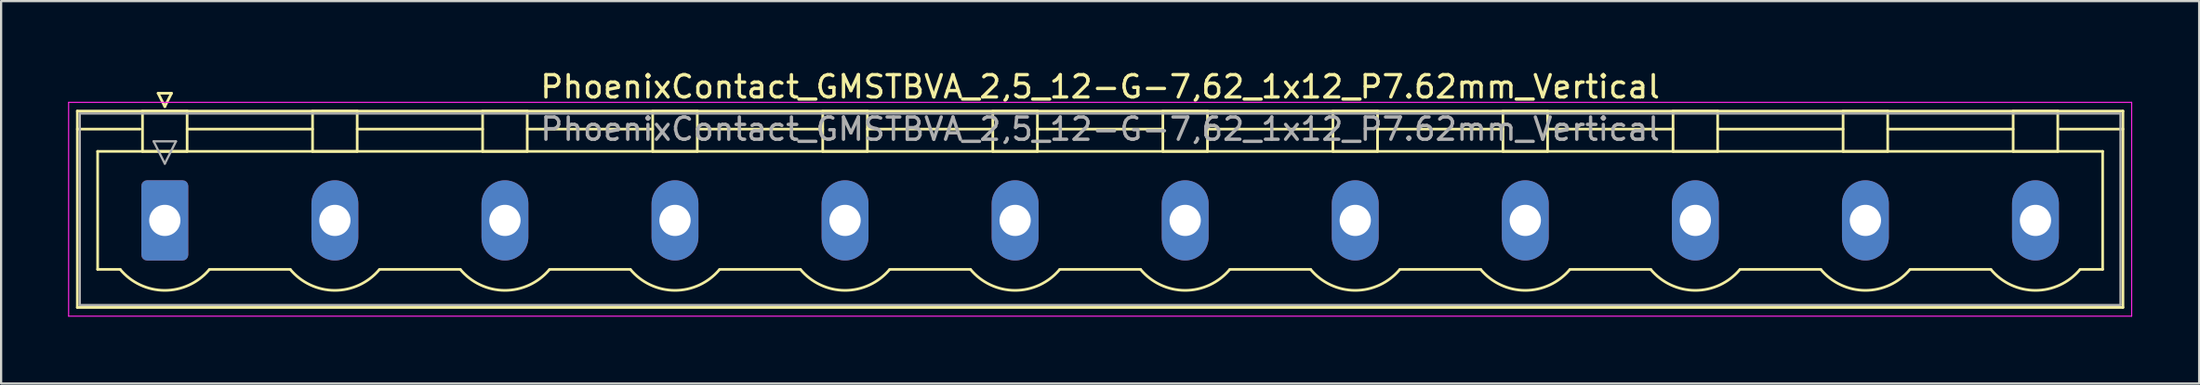
<source format=kicad_pcb>
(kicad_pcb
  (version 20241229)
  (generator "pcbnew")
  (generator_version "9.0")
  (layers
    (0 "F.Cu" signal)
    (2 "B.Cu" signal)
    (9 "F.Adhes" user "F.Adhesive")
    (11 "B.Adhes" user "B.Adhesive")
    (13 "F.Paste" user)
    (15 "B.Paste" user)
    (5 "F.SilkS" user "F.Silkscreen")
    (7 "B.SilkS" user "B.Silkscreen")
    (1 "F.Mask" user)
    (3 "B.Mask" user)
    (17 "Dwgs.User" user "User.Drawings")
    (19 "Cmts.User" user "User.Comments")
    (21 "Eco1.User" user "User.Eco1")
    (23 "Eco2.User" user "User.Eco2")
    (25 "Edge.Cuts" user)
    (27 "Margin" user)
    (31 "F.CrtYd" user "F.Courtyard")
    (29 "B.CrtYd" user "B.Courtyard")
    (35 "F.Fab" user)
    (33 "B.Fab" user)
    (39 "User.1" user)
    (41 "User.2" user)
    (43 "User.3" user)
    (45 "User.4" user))
  (footprint "PhoenixContact_GMSTBVA_2,5_12-G-7,62_1x12_P7.62mm_Vertical"
    (layer "F.Cu")
    (at 4.335 6.848)
    (property "Reference" "PhoenixContact_GMSTBVA_2,5_12-G-7,62_1x12_P7.62mm_Vertical" (at 41.91 -6 0) (layer "F.SilkS") (effects (font (size 1 1) (thickness 0.15))))
    (attr through_hole)
    (fp_line (start -3.92 -4.91) (end -3.92 3.91) (stroke (width 0.12) (type solid)) (layer "F.SilkS"))
    (fp_line (start -3.92 -4.1) (end -1.11 -4.1) (stroke (width 0.12) (type solid)) (layer "F.SilkS"))
    (fp_line (start -3.92 3.91) (end 87.74 3.91) (stroke (width 0.12) (type solid)) (layer "F.SilkS"))
    (fp_line (start -3.01 -3.1) (end 86.83 -3.1) (stroke (width 0.12) (type solid)) (layer "F.SilkS"))
    (fp_line (start -3.01 2.2) (end -3.01 -3.1) (stroke (width 0.12) (type solid)) (layer "F.SilkS"))
    (fp_line (start -2 2.2) (end -3.01 2.2) (stroke (width 0.12) (type solid)) (layer "F.SilkS"))
    (fp_line (start -1 -4.91) (end 1 -4.91) (stroke (width 0.12) (type solid)) (layer "F.SilkS"))
    (fp_line (start -1 -3.1) (end -1 -4.91) (stroke (width 0.12) (type solid)) (layer "F.SilkS"))
    (fp_line (start -0.3 -5.71) (end 0.3 -5.71) (stroke (width 0.12) (type solid)) (layer "F.SilkS"))
    (fp_line (start 0 -5.11) (end -0.3 -5.71) (stroke (width 0.12) (type solid)) (layer "F.SilkS"))
    (fp_line (start 0.3 -5.71) (end 0 -5.11) (stroke (width 0.12) (type solid)) (layer "F.SilkS"))
    (fp_line (start 1 -4.91) (end 1 -3.1) (stroke (width 0.12) (type solid)) (layer "F.SilkS"))
    (fp_line (start 1 -4.1) (end 6.62 -4.1) (stroke (width 0.12) (type solid)) (layer "F.SilkS"))
    (fp_line (start 1 -3.1) (end -1 -3.1) (stroke (width 0.12) (type solid)) (layer "F.SilkS"))
    (fp_line (start 2 2.2) (end 5.62 2.2) (stroke (width 0.12) (type solid)) (layer "F.SilkS"))
    (fp_line (start 6.62 -4.91) (end 8.62 -4.91) (stroke (width 0.12) (type solid)) (layer "F.SilkS"))
    (fp_line (start 6.62 -3.1) (end 6.62 -4.91) (stroke (width 0.12) (type solid)) (layer "F.SilkS"))
    (fp_line (start 8.62 -4.91) (end 8.62 -3.1) (stroke (width 0.12) (type solid)) (layer "F.SilkS"))
    (fp_line (start 8.62 -4.1) (end 14.24 -4.1) (stroke (width 0.12) (type solid)) (layer "F.SilkS"))
    (fp_line (start 8.62 -3.1) (end 6.62 -3.1) (stroke (width 0.12) (type solid)) (layer "F.SilkS"))
    (fp_line (start 9.62 2.2) (end 13.24 2.2) (stroke (width 0.12) (type solid)) (layer "F.SilkS"))
    (fp_line (start 14.24 -4.91) (end 16.24 -4.91) (stroke (width 0.12) (type solid)) (layer "F.SilkS"))
    (fp_line (start 14.24 -3.1) (end 14.24 -4.91) (stroke (width 0.12) (type solid)) (layer "F.SilkS"))
    (fp_line (start 16.24 -4.91) (end 16.24 -3.1) (stroke (width 0.12) (type solid)) (layer "F.SilkS"))
    (fp_line (start 16.24 -4.1) (end 21.86 -4.1) (stroke (width 0.12) (type solid)) (layer "F.SilkS"))
    (fp_line (start 16.24 -3.1) (end 14.24 -3.1) (stroke (width 0.12) (type solid)) (layer "F.SilkS"))
    (fp_line (start 17.24 2.2) (end 20.86 2.2) (stroke (width 0.12) (type solid)) (layer "F.SilkS"))
    (fp_line (start 21.86 -4.91) (end 23.86 -4.91) (stroke (width 0.12) (type solid)) (layer "F.SilkS"))
    (fp_line (start 21.86 -3.1) (end 21.86 -4.91) (stroke (width 0.12) (type solid)) (layer "F.SilkS"))
    (fp_line (start 23.86 -4.91) (end 23.86 -3.1) (stroke (width 0.12) (type solid)) (layer "F.SilkS"))
    (fp_line (start 23.86 -4.1) (end 29.48 -4.1) (stroke (width 0.12) (type solid)) (layer "F.SilkS"))
    (fp_line (start 23.86 -3.1) (end 21.86 -3.1) (stroke (width 0.12) (type solid)) (layer "F.SilkS"))
    (fp_line (start 24.86 2.2) (end 28.48 2.2) (stroke (width 0.12) (type solid)) (layer "F.SilkS"))
    (fp_line (start 29.48 -4.91) (end 31.48 -4.91) (stroke (width 0.12) (type solid)) (layer "F.SilkS"))
    (fp_line (start 29.48 -3.1) (end 29.48 -4.91) (stroke (width 0.12) (type solid)) (layer "F.SilkS"))
    (fp_line (start 31.48 -4.91) (end 31.48 -3.1) (stroke (width 0.12) (type solid)) (layer "F.SilkS"))
    (fp_line (start 31.48 -4.1) (end 37.1 -4.1) (stroke (width 0.12) (type solid)) (layer "F.SilkS"))
    (fp_line (start 31.48 -3.1) (end 29.48 -3.1) (stroke (width 0.12) (type solid)) (layer "F.SilkS"))
    (fp_line (start 32.48 2.2) (end 36.1 2.2) (stroke (width 0.12) (type solid)) (layer "F.SilkS"))
    (fp_line (start 37.1 -4.91) (end 39.1 -4.91) (stroke (width 0.12) (type solid)) (layer "F.SilkS"))
    (fp_line (start 37.1 -3.1) (end 37.1 -4.91) (stroke (width 0.12) (type solid)) (layer "F.SilkS"))
    (fp_line (start 39.1 -4.91) (end 39.1 -3.1) (stroke (width 0.12) (type solid)) (layer "F.SilkS"))
    (fp_line (start 39.1 -4.1) (end 44.72 -4.1) (stroke (width 0.12) (type solid)) (layer "F.SilkS"))
    (fp_line (start 39.1 -3.1) (end 37.1 -3.1) (stroke (width 0.12) (type solid)) (layer "F.SilkS"))
    (fp_line (start 40.1 2.2) (end 43.72 2.2) (stroke (width 0.12) (type solid)) (layer "F.SilkS"))
    (fp_line (start 44.72 -4.91) (end 46.72 -4.91) (stroke (width 0.12) (type solid)) (layer "F.SilkS"))
    (fp_line (start 44.72 -3.1) (end 44.72 -4.91) (stroke (width 0.12) (type solid)) (layer "F.SilkS"))
    (fp_line (start 46.72 -4.91) (end 46.72 -3.1) (stroke (width 0.12) (type solid)) (layer "F.SilkS"))
    (fp_line (start 46.72 -4.1) (end 52.34 -4.1) (stroke (width 0.12) (type solid)) (layer "F.SilkS"))
    (fp_line (start 46.72 -3.1) (end 44.72 -3.1) (stroke (width 0.12) (type solid)) (layer "F.SilkS"))
    (fp_line (start 47.72 2.2) (end 51.34 2.2) (stroke (width 0.12) (type solid)) (layer "F.SilkS"))
    (fp_line (start 52.34 -4.91) (end 54.34 -4.91) (stroke (width 0.12) (type solid)) (layer "F.SilkS"))
    (fp_line (start 52.34 -3.1) (end 52.34 -4.91) (stroke (width 0.12) (type solid)) (layer "F.SilkS"))
    (fp_line (start 54.34 -4.91) (end 54.34 -3.1) (stroke (width 0.12) (type solid)) (layer "F.SilkS"))
    (fp_line (start 54.34 -4.1) (end 59.96 -4.1) (stroke (width 0.12) (type solid)) (layer "F.SilkS"))
    (fp_line (start 54.34 -3.1) (end 52.34 -3.1) (stroke (width 0.12) (type solid)) (layer "F.SilkS"))
    (fp_line (start 55.34 2.2) (end 58.96 2.2) (stroke (width 0.12) (type solid)) (layer "F.SilkS"))
    (fp_line (start 59.96 -4.91) (end 61.96 -4.91) (stroke (width 0.12) (type solid)) (layer "F.SilkS"))
    (fp_line (start 59.96 -3.1) (end 59.96 -4.91) (stroke (width 0.12) (type solid)) (layer "F.SilkS"))
    (fp_line (start 61.96 -4.91) (end 61.96 -3.1) (stroke (width 0.12) (type solid)) (layer "F.SilkS"))
    (fp_line (start 61.96 -4.1) (end 67.58 -4.1) (stroke (width 0.12) (type solid)) (layer "F.SilkS"))
    (fp_line (start 61.96 -3.1) (end 59.96 -3.1) (stroke (width 0.12) (type solid)) (layer "F.SilkS"))
    (fp_line (start 62.96 2.2) (end 66.58 2.2) (stroke (width 0.12) (type solid)) (layer "F.SilkS"))
    (fp_line (start 67.58 -4.91) (end 69.58 -4.91) (stroke (width 0.12) (type solid)) (layer "F.SilkS"))
    (fp_line (start 67.58 -3.1) (end 67.58 -4.91) (stroke (width 0.12) (type solid)) (layer "F.SilkS"))
    (fp_line (start 69.58 -4.91) (end 69.58 -3.1) (stroke (width 0.12) (type solid)) (layer "F.SilkS"))
    (fp_line (start 69.58 -4.1) (end 75.2 -4.1) (stroke (width 0.12) (type solid)) (layer "F.SilkS"))
    (fp_line (start 69.58 -3.1) (end 67.58 -3.1) (stroke (width 0.12) (type solid)) (layer "F.SilkS"))
    (fp_line (start 70.58 2.2) (end 74.2 2.2) (stroke (width 0.12) (type solid)) (layer "F.SilkS"))
    (fp_line (start 75.2 -4.91) (end 77.2 -4.91) (stroke (width 0.12) (type solid)) (layer "F.SilkS"))
    (fp_line (start 75.2 -3.1) (end 75.2 -4.91) (stroke (width 0.12) (type solid)) (layer "F.SilkS"))
    (fp_line (start 77.2 -4.91) (end 77.2 -3.1) (stroke (width 0.12) (type solid)) (layer "F.SilkS"))
    (fp_line (start 77.2 -4.1) (end 82.82 -4.1) (stroke (width 0.12) (type solid)) (layer "F.SilkS"))
    (fp_line (start 77.2 -3.1) (end 75.2 -3.1) (stroke (width 0.12) (type solid)) (layer "F.SilkS"))
    (fp_line (start 78.2 2.2) (end 81.82 2.2) (stroke (width 0.12) (type solid)) (layer "F.SilkS"))
    (fp_line (start 82.82 -4.91) (end 84.82 -4.91) (stroke (width 0.12) (type solid)) (layer "F.SilkS"))
    (fp_line (start 82.82 -3.1) (end 82.82 -4.91) (stroke (width 0.12) (type solid)) (layer "F.SilkS"))
    (fp_line (start 84.82 -4.91) (end 84.82 -3.1) (stroke (width 0.12) (type solid)) (layer "F.SilkS"))
    (fp_line (start 84.82 -3.1) (end 82.82 -3.1) (stroke (width 0.12) (type solid)) (layer "F.SilkS"))
    (fp_line (start 86.83 -3.1) (end 86.83 2.2) (stroke (width 0.12) (type solid)) (layer "F.SilkS"))
    (fp_line (start 86.83 2.2) (end 85.82 2.2) (stroke (width 0.12) (type solid)) (layer "F.SilkS"))
    (fp_line (start 87.74 -4.91) (end -3.92 -4.91) (stroke (width 0.12) (type solid)) (layer "F.SilkS"))
    (fp_line (start 87.74 -4.1) (end 84.93 -4.1) (stroke (width 0.12) (type solid)) (layer "F.SilkS"))
    (fp_line (start 87.74 3.91) (end 87.74 -4.91) (stroke (width 0.12) (type solid)) (layer "F.SilkS"))
    (fp_arc (start 1.986842 2.215821) (mid -0.010289 3.142758) (end -2 2.2) (stroke (width 0.12) (type solid)) (layer "F.SilkS"))
    (fp_arc (start 9.606842 2.215821) (mid 7.609711 3.142758) (end 5.62 2.2) (stroke (width 0.12) (type solid)) (layer "F.SilkS"))
    (fp_arc (start 17.226842 2.215821) (mid 15.229711 3.142758) (end 13.24 2.2) (stroke (width 0.12) (type solid)) (layer "F.SilkS"))
    (fp_arc (start 24.846842 2.215821) (mid 22.849711 3.142758) (end 20.86 2.2) (stroke (width 0.12) (type solid)) (layer "F.SilkS"))
    (fp_arc (start 32.466842 2.215821) (mid 30.469711 3.142758) (end 28.48 2.2) (stroke (width 0.12) (type solid)) (layer "F.SilkS"))
    (fp_arc (start 40.086842 2.215821) (mid 38.089711 3.142758) (end 36.1 2.2) (stroke (width 0.12) (type solid)) (layer "F.SilkS"))
    (fp_arc (start 47.706842 2.215821) (mid 45.709711 3.142758) (end 43.72 2.2) (stroke (width 0.12) (type solid)) (layer "F.SilkS"))
    (fp_arc (start 55.326842 2.215821) (mid 53.329711 3.142758) (end 51.34 2.2) (stroke (width 0.12) (type solid)) (layer "F.SilkS"))
    (fp_arc (start 62.946842 2.215821) (mid 60.949711 3.142758) (end 58.96 2.2) (stroke (width 0.12) (type solid)) (layer "F.SilkS"))
    (fp_arc (start 70.566842 2.215821) (mid 68.569711 3.142758) (end 66.58 2.2) (stroke (width 0.12) (type solid)) (layer "F.SilkS"))
    (fp_arc (start 78.186842 2.215821) (mid 76.189711 3.142758) (end 74.2 2.2) (stroke (width 0.12) (type solid)) (layer "F.SilkS"))
    (fp_arc (start 85.806842 2.215821) (mid 83.809711 3.142758) (end 81.82 2.2) (stroke (width 0.12) (type solid)) (layer "F.SilkS"))
    (fp_line (start -4.31 -5.3) (end -4.31 4.3) (stroke (width 0.05) (type solid)) (layer "F.CrtYd"))
    (fp_line (start -4.31 4.3) (end 88.13 4.3) (stroke (width 0.05) (type solid)) (layer "F.CrtYd"))
    (fp_line (start 88.13 -5.3) (end -4.31 -5.3) (stroke (width 0.05) (type solid)) (layer "F.CrtYd"))
    (fp_line (start 88.13 4.3) (end 88.13 -5.3) (stroke (width 0.05) (type solid)) (layer "F.CrtYd"))
    (fp_line (start -3.81 -4.8) (end -3.81 3.8) (stroke (width 0.1) (type solid)) (layer "F.Fab"))
    (fp_line (start -3.81 3.8) (end 87.63 3.8) (stroke (width 0.1) (type solid)) (layer "F.Fab"))
    (fp_line (start -0.5 -3.55) (end 0.5 -3.55) (stroke (width 0.1) (type solid)) (layer "F.Fab"))
    (fp_line (start 0 -2.55) (end -0.5 -3.55) (stroke (width 0.1) (type solid)) (layer "F.Fab"))
    (fp_line (start 0.5 -3.55) (end 0 -2.55) (stroke (width 0.1) (type solid)) (layer "F.Fab"))
    (fp_line (start 87.63 -4.8) (end -3.81 -4.8) (stroke (width 0.1) (type solid)) (layer "F.Fab"))
    (fp_line (start 87.63 3.8) (end 87.63 -4.8) (stroke (width 0.1) (type solid)) (layer "F.Fab"))
    (fp_text user "${REFERENCE}" (at 41.91 -4.1 0) (layer "F.Fab") (effects (font (size 1 1) (thickness 0.15))))
    (pad "1" thru_hole roundrect (at 0 0) (size 2.1 3.6) (drill 1.4) (layers "*.Cu" "*.Mask") (roundrect_rratio 0.119))
    (pad "2" thru_hole oval (at 7.62 0) (size 2.1 3.6) (drill 1.4) (layers "*.Cu" "*.Mask"))
    (pad "3" thru_hole oval (at 15.24 0) (size 2.1 3.6) (drill 1.4) (layers "*.Cu" "*.Mask"))
    (pad "4" thru_hole oval (at 22.86 0) (size 2.1 3.6) (drill 1.4) (layers "*.Cu" "*.Mask"))
    (pad "5" thru_hole oval (at 30.48 0) (size 2.1 3.6) (drill 1.4) (layers "*.Cu" "*.Mask"))
    (pad "6" thru_hole oval (at 38.1 0) (size 2.1 3.6) (drill 1.4) (layers "*.Cu" "*.Mask"))
    (pad "7" thru_hole oval (at 45.72 0) (size 2.1 3.6) (drill 1.4) (layers "*.Cu" "*.Mask"))
    (pad "8" thru_hole oval (at 53.34 0) (size 2.1 3.6) (drill 1.4) (layers "*.Cu" "*.Mask"))
    (pad "9" thru_hole oval (at 60.96 0) (size 2.1 3.6) (drill 1.4) (layers "*.Cu" "*.Mask"))
    (pad "10" thru_hole oval (at 68.58 0) (size 2.1 3.6) (drill 1.4) (layers "*.Cu" "*.Mask"))
    (pad "11" thru_hole oval (at 76.2 0) (size 2.1 3.6) (drill 1.4) (layers "*.Cu" "*.Mask"))
    (pad "12" thru_hole oval (at 83.82 0) (size 2.1 3.6) (drill 1.4) (layers "*.Cu" "*.Mask")))
  (gr_rect
    (start -3 -3)
    (end 95.49 14.173)
    (stroke (width 0.1) (type default))
    (fill no)
    (layer "Edge.Cuts")))
</source>
